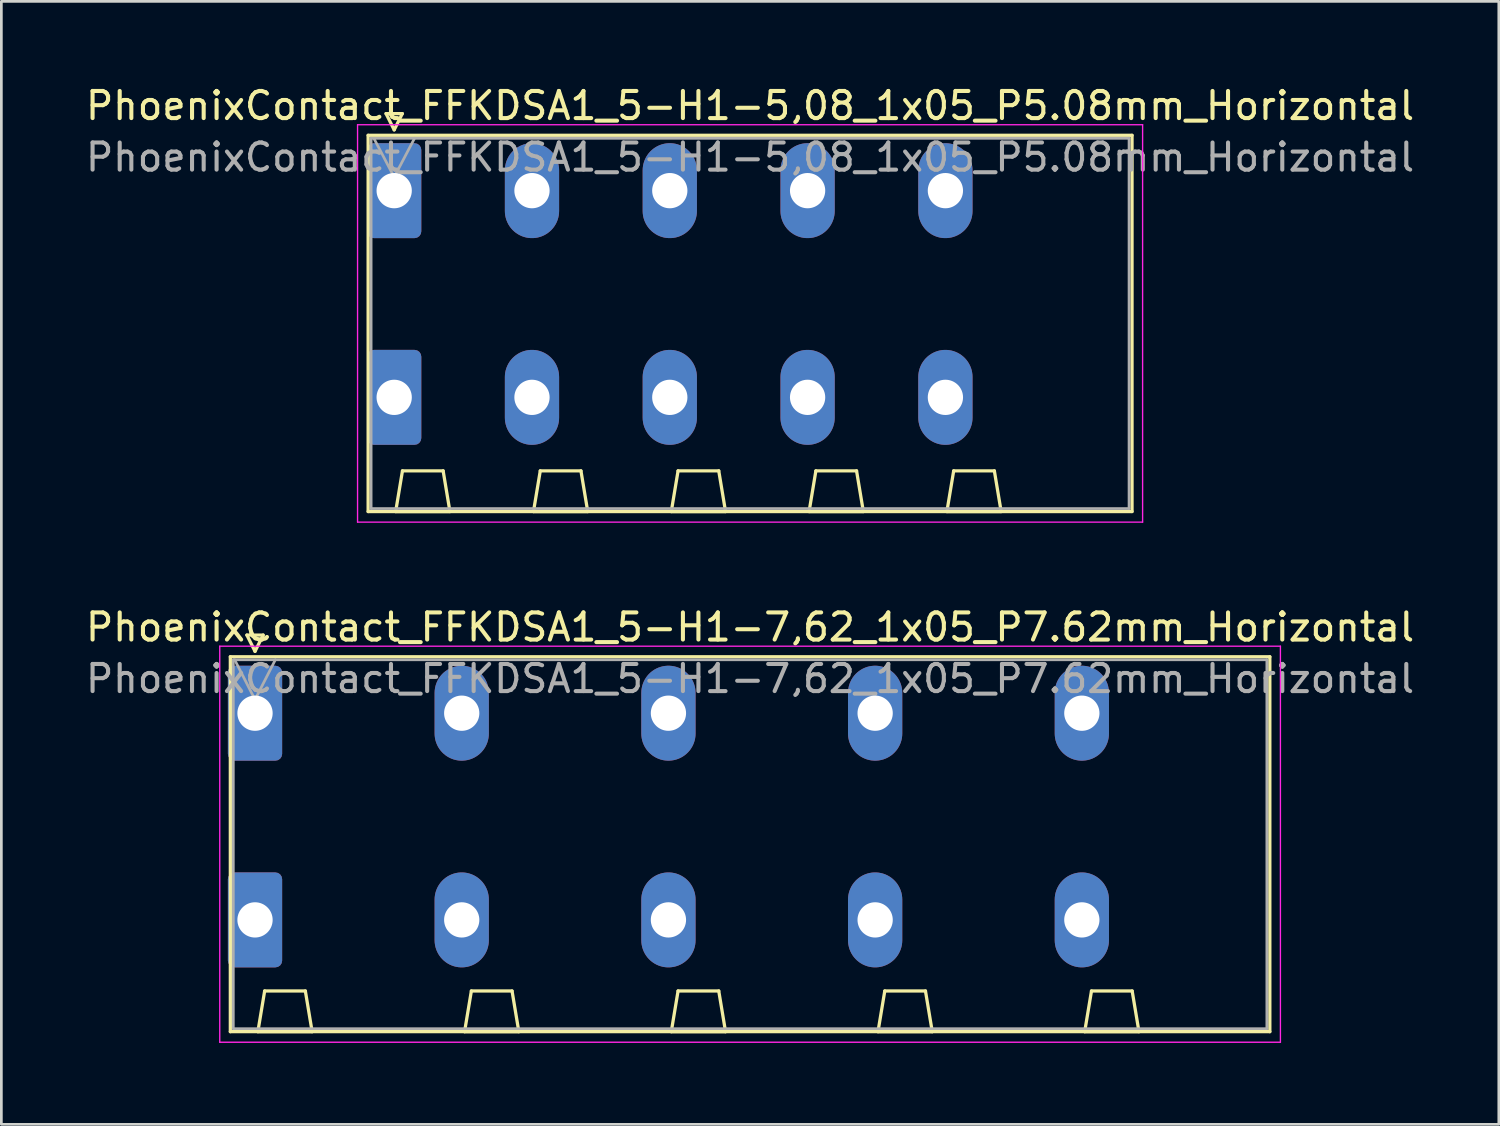
<source format=kicad_pcb>
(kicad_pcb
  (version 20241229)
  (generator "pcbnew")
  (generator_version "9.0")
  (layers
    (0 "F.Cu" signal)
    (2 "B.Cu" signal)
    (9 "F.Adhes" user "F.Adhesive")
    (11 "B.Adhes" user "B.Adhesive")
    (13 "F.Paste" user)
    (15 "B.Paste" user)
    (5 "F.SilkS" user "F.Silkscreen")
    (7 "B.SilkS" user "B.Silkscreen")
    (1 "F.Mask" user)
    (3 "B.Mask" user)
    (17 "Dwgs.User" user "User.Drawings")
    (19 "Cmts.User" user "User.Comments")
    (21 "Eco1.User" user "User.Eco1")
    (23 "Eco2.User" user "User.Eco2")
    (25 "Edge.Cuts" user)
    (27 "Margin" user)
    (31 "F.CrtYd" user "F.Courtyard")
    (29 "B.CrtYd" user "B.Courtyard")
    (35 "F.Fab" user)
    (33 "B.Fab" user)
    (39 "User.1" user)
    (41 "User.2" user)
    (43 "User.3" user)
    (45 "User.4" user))
  (footprint "PhoenixContact_FFKDSA1_5-H1-7,62_1x05_P7.62mm_Horizontal"
    (layer "F.Cu")
    (at 6.351 23.241)
    (property "Reference" "PhoenixContact_FFKDSA1_5-H1-7,62_1x05_P7.62mm_Horizontal" (at 18.25 -3.17 0) (layer "F.SilkS") (effects (font (size 1 1) (thickness 0.15))))
    (attr through_hole)
    (fp_line (start -0.91 -2.08) (end -0.91 11.74) (stroke (width 0.12) (type solid)) (layer "F.SilkS"))
    (fp_line (start -0.91 11.74) (end 37.41 11.74) (stroke (width 0.12) (type solid)) (layer "F.SilkS"))
    (fp_line (start -0.3 -2.88) (end 0.3 -2.88) (stroke (width 0.12) (type solid)) (layer "F.SilkS"))
    (fp_line (start 0 -2.28) (end -0.3 -2.88) (stroke (width 0.12) (type solid)) (layer "F.SilkS"))
    (fp_line (start 0.105 11.74) (end 2.105 11.74) (stroke (width 0.12) (type solid)) (layer "F.SilkS"))
    (fp_line (start 0.3 -2.88) (end 0 -2.28) (stroke (width 0.12) (type solid)) (layer "F.SilkS"))
    (fp_line (start 0.355 10.24) (end 0.105 11.74) (stroke (width 0.12) (type solid)) (layer "F.SilkS"))
    (fp_line (start 1.855 10.24) (end 0.355 10.24) (stroke (width 0.12) (type solid)) (layer "F.SilkS"))
    (fp_line (start 2.105 11.74) (end 1.855 10.24) (stroke (width 0.12) (type solid)) (layer "F.SilkS"))
    (fp_line (start 7.725 11.74) (end 9.725 11.74) (stroke (width 0.12) (type solid)) (layer "F.SilkS"))
    (fp_line (start 7.975 10.24) (end 7.725 11.74) (stroke (width 0.12) (type solid)) (layer "F.SilkS"))
    (fp_line (start 9.475 10.24) (end 7.975 10.24) (stroke (width 0.12) (type solid)) (layer "F.SilkS"))
    (fp_line (start 9.725 11.74) (end 9.475 10.24) (stroke (width 0.12) (type solid)) (layer "F.SilkS"))
    (fp_line (start 15.345 11.74) (end 17.345 11.74) (stroke (width 0.12) (type solid)) (layer "F.SilkS"))
    (fp_line (start 15.595 10.24) (end 15.345 11.74) (stroke (width 0.12) (type solid)) (layer "F.SilkS"))
    (fp_line (start 17.095 10.24) (end 15.595 10.24) (stroke (width 0.12) (type solid)) (layer "F.SilkS"))
    (fp_line (start 17.345 11.74) (end 17.095 10.24) (stroke (width 0.12) (type solid)) (layer "F.SilkS"))
    (fp_line (start 22.965 11.74) (end 24.965 11.74) (stroke (width 0.12) (type solid)) (layer "F.SilkS"))
    (fp_line (start 23.215 10.24) (end 22.965 11.74) (stroke (width 0.12) (type solid)) (layer "F.SilkS"))
    (fp_line (start 24.715 10.24) (end 23.215 10.24) (stroke (width 0.12) (type solid)) (layer "F.SilkS"))
    (fp_line (start 24.965 11.74) (end 24.715 10.24) (stroke (width 0.12) (type solid)) (layer "F.SilkS"))
    (fp_line (start 30.585 11.74) (end 32.585 11.74) (stroke (width 0.12) (type solid)) (layer "F.SilkS"))
    (fp_line (start 30.835 10.24) (end 30.585 11.74) (stroke (width 0.12) (type solid)) (layer "F.SilkS"))
    (fp_line (start 32.335 10.24) (end 30.835 10.24) (stroke (width 0.12) (type solid)) (layer "F.SilkS"))
    (fp_line (start 32.585 11.74) (end 32.335 10.24) (stroke (width 0.12) (type solid)) (layer "F.SilkS"))
    (fp_line (start 37.41 -2.08) (end -0.91 -2.08) (stroke (width 0.12) (type solid)) (layer "F.SilkS"))
    (fp_line (start 37.41 11.74) (end 37.41 -2.08) (stroke (width 0.12) (type solid)) (layer "F.SilkS"))
    (fp_line (start -1.3 -2.47) (end -1.3 12.13) (stroke (width 0.05) (type solid)) (layer "F.CrtYd"))
    (fp_line (start -1.3 12.13) (end 37.8 12.13) (stroke (width 0.05) (type solid)) (layer "F.CrtYd"))
    (fp_line (start 37.8 -2.47) (end -1.3 -2.47) (stroke (width 0.05) (type solid)) (layer "F.CrtYd"))
    (fp_line (start 37.8 12.13) (end 37.8 -2.47) (stroke (width 0.05) (type solid)) (layer "F.CrtYd"))
    (fp_line (start -0.8 -1.97) (end -0.8 11.63) (stroke (width 0.1) (type solid)) (layer "F.Fab"))
    (fp_line (start -0.8 11.63) (end 37.3 11.63) (stroke (width 0.1) (type solid)) (layer "F.Fab"))
    (fp_line (start 0 -0.5) (end -0.75 -1.97) (stroke (width 0.1) (type solid)) (layer "F.Fab"))
    (fp_line (start 0.75 -1.97) (end 0 -0.5) (stroke (width 0.1) (type solid)) (layer "F.Fab"))
    (fp_line (start 37.3 -1.97) (end -0.8 -1.97) (stroke (width 0.1) (type solid)) (layer "F.Fab"))
    (fp_line (start 37.3 11.63) (end 37.3 -1.97) (stroke (width 0.1) (type solid)) (layer "F.Fab"))
    (fp_text user "${REFERENCE}" (at 18.25 -1.27 0) (layer "F.Fab") (effects (font (size 1 1) (thickness 0.15))))
    (pad "1" thru_hole roundrect (at 0 0) (size 2 3.5) (drill 1.3) (layers "*.Cu" "*.Mask") (roundrect_rratio 0.125))
    (pad "1" thru_hole roundrect (at 0 7.62) (size 2 3.5) (drill 1.3) (layers "*.Cu" "*.Mask") (roundrect_rratio 0.125))
    (pad "2" thru_hole oval (at 7.62 0) (size 2 3.5) (drill 1.3) (layers "*.Cu" "*.Mask"))
    (pad "2" thru_hole oval (at 7.62 7.62) (size 2 3.5) (drill 1.3) (layers "*.Cu" "*.Mask"))
    (pad "3" thru_hole oval (at 15.24 0) (size 2 3.5) (drill 1.3) (layers "*.Cu" "*.Mask"))
    (pad "3" thru_hole oval (at 15.24 7.62) (size 2 3.5) (drill 1.3) (layers "*.Cu" "*.Mask"))
    (pad "4" thru_hole oval (at 22.86 0) (size 2 3.5) (drill 1.3) (layers "*.Cu" "*.Mask"))
    (pad "4" thru_hole oval (at 22.86 7.62) (size 2 3.5) (drill 1.3) (layers "*.Cu" "*.Mask"))
    (pad "5" thru_hole oval (at 30.48 0) (size 2 3.5) (drill 1.3) (layers "*.Cu" "*.Mask"))
    (pad "5" thru_hole oval (at 30.48 7.62) (size 2 3.5) (drill 1.3) (layers "*.Cu" "*.Mask")))
  (footprint "PhoenixContact_FFKDSA1_5-H1-5,08_1x05_P5.08mm_Horizontal"
    (layer "F.Cu")
    (at 11.481 3.978)
    (property "Reference" "PhoenixContact_FFKDSA1_5-H1-5,08_1x05_P5.08mm_Horizontal" (at 13.12 -3.13 0) (layer "F.SilkS") (effects (font (size 1 1) (thickness 0.15))))
    (attr through_hole)
    (fp_line (start -0.96 -2.04) (end -0.96 11.83) (stroke (width 0.12) (type solid)) (layer "F.SilkS"))
    (fp_line (start -0.96 11.83) (end 27.2 11.83) (stroke (width 0.12) (type solid)) (layer "F.SilkS"))
    (fp_line (start -0.3 -2.84) (end 0.3 -2.84) (stroke (width 0.12) (type solid)) (layer "F.SilkS"))
    (fp_line (start 0 -2.24) (end -0.3 -2.84) (stroke (width 0.12) (type solid)) (layer "F.SilkS"))
    (fp_line (start 0.055 11.83) (end 2.055 11.83) (stroke (width 0.12) (type solid)) (layer "F.SilkS"))
    (fp_line (start 0.3 -2.84) (end 0 -2.24) (stroke (width 0.12) (type solid)) (layer "F.SilkS"))
    (fp_line (start 0.305 10.33) (end 0.055 11.83) (stroke (width 0.12) (type solid)) (layer "F.SilkS"))
    (fp_line (start 1.805 10.33) (end 0.305 10.33) (stroke (width 0.12) (type solid)) (layer "F.SilkS"))
    (fp_line (start 2.055 11.83) (end 1.805 10.33) (stroke (width 0.12) (type solid)) (layer "F.SilkS"))
    (fp_line (start 5.135 11.83) (end 7.135 11.83) (stroke (width 0.12) (type solid)) (layer "F.SilkS"))
    (fp_line (start 5.385 10.33) (end 5.135 11.83) (stroke (width 0.12) (type solid)) (layer "F.SilkS"))
    (fp_line (start 6.885 10.33) (end 5.385 10.33) (stroke (width 0.12) (type solid)) (layer "F.SilkS"))
    (fp_line (start 7.135 11.83) (end 6.885 10.33) (stroke (width 0.12) (type solid)) (layer "F.SilkS"))
    (fp_line (start 10.215 11.83) (end 12.215 11.83) (stroke (width 0.12) (type solid)) (layer "F.SilkS"))
    (fp_line (start 10.465 10.33) (end 10.215 11.83) (stroke (width 0.12) (type solid)) (layer "F.SilkS"))
    (fp_line (start 11.965 10.33) (end 10.465 10.33) (stroke (width 0.12) (type solid)) (layer "F.SilkS"))
    (fp_line (start 12.215 11.83) (end 11.965 10.33) (stroke (width 0.12) (type solid)) (layer "F.SilkS"))
    (fp_line (start 15.295 11.83) (end 17.295 11.83) (stroke (width 0.12) (type solid)) (layer "F.SilkS"))
    (fp_line (start 15.545 10.33) (end 15.295 11.83) (stroke (width 0.12) (type solid)) (layer "F.SilkS"))
    (fp_line (start 17.045 10.33) (end 15.545 10.33) (stroke (width 0.12) (type solid)) (layer "F.SilkS"))
    (fp_line (start 17.295 11.83) (end 17.045 10.33) (stroke (width 0.12) (type solid)) (layer "F.SilkS"))
    (fp_line (start 20.375 11.83) (end 22.375 11.83) (stroke (width 0.12) (type solid)) (layer "F.SilkS"))
    (fp_line (start 20.625 10.33) (end 20.375 11.83) (stroke (width 0.12) (type solid)) (layer "F.SilkS"))
    (fp_line (start 22.125 10.33) (end 20.625 10.33) (stroke (width 0.12) (type solid)) (layer "F.SilkS"))
    (fp_line (start 22.375 11.83) (end 22.125 10.33) (stroke (width 0.12) (type solid)) (layer "F.SilkS"))
    (fp_line (start 27.2 -2.04) (end -0.96 -2.04) (stroke (width 0.12) (type solid)) (layer "F.SilkS"))
    (fp_line (start 27.2 11.83) (end 27.2 -2.04) (stroke (width 0.12) (type solid)) (layer "F.SilkS"))
    (fp_line (start -1.35 -2.43) (end -1.35 12.22) (stroke (width 0.05) (type solid)) (layer "F.CrtYd"))
    (fp_line (start -1.35 12.22) (end 27.59 12.22) (stroke (width 0.05) (type solid)) (layer "F.CrtYd"))
    (fp_line (start 27.59 -2.43) (end -1.35 -2.43) (stroke (width 0.05) (type solid)) (layer "F.CrtYd"))
    (fp_line (start 27.59 12.22) (end 27.59 -2.43) (stroke (width 0.05) (type solid)) (layer "F.CrtYd"))
    (fp_line (start -0.85 -1.93) (end -0.85 11.72) (stroke (width 0.1) (type solid)) (layer "F.Fab"))
    (fp_line (start -0.85 11.72) (end 27.09 11.72) (stroke (width 0.1) (type solid)) (layer "F.Fab"))
    (fp_line (start 0 -0.5) (end -0.75 -1.93) (stroke (width 0.1) (type solid)) (layer "F.Fab"))
    (fp_line (start 0.75 -1.93) (end 0 -0.5) (stroke (width 0.1) (type solid)) (layer "F.Fab"))
    (fp_line (start 27.09 -1.93) (end -0.85 -1.93) (stroke (width 0.1) (type solid)) (layer "F.Fab"))
    (fp_line (start 27.09 11.72) (end 27.09 -1.93) (stroke (width 0.1) (type solid)) (layer "F.Fab"))
    (fp_text user "${REFERENCE}" (at 13.12 -1.23 0) (layer "F.Fab") (effects (font (size 1 1) (thickness 0.15))))
    (pad "1" thru_hole roundrect (at 0 0) (size 2 3.5) (drill 1.3) (layers "*.Cu" "*.Mask") (roundrect_rratio 0.125))
    (pad "1" thru_hole roundrect (at 0 7.62) (size 2 3.5) (drill 1.3) (layers "*.Cu" "*.Mask") (roundrect_rratio 0.125))
    (pad "2" thru_hole oval (at 5.08 0) (size 2 3.5) (drill 1.3) (layers "*.Cu" "*.Mask"))
    (pad "2" thru_hole oval (at 5.08 7.62) (size 2 3.5) (drill 1.3) (layers "*.Cu" "*.Mask"))
    (pad "3" thru_hole oval (at 10.16 0) (size 2 3.5) (drill 1.3) (layers "*.Cu" "*.Mask"))
    (pad "3" thru_hole oval (at 10.16 7.62) (size 2 3.5) (drill 1.3) (layers "*.Cu" "*.Mask"))
    (pad "4" thru_hole oval (at 15.24 0) (size 2 3.5) (drill 1.3) (layers "*.Cu" "*.Mask"))
    (pad "4" thru_hole oval (at 15.24 7.62) (size 2 3.5) (drill 1.3) (layers "*.Cu" "*.Mask"))
    (pad "5" thru_hole oval (at 20.32 0) (size 2 3.5) (drill 1.3) (layers "*.Cu" "*.Mask"))
    (pad "5" thru_hole oval (at 20.32 7.62) (size 2 3.5) (drill 1.3) (layers "*.Cu" "*.Mask")))
  (gr_rect
    (start -3 -3)
    (end 52.202 38.397)
    (stroke (width 0.1) (type default))
    (fill no)
    (layer "Edge.Cuts")))
</source>
